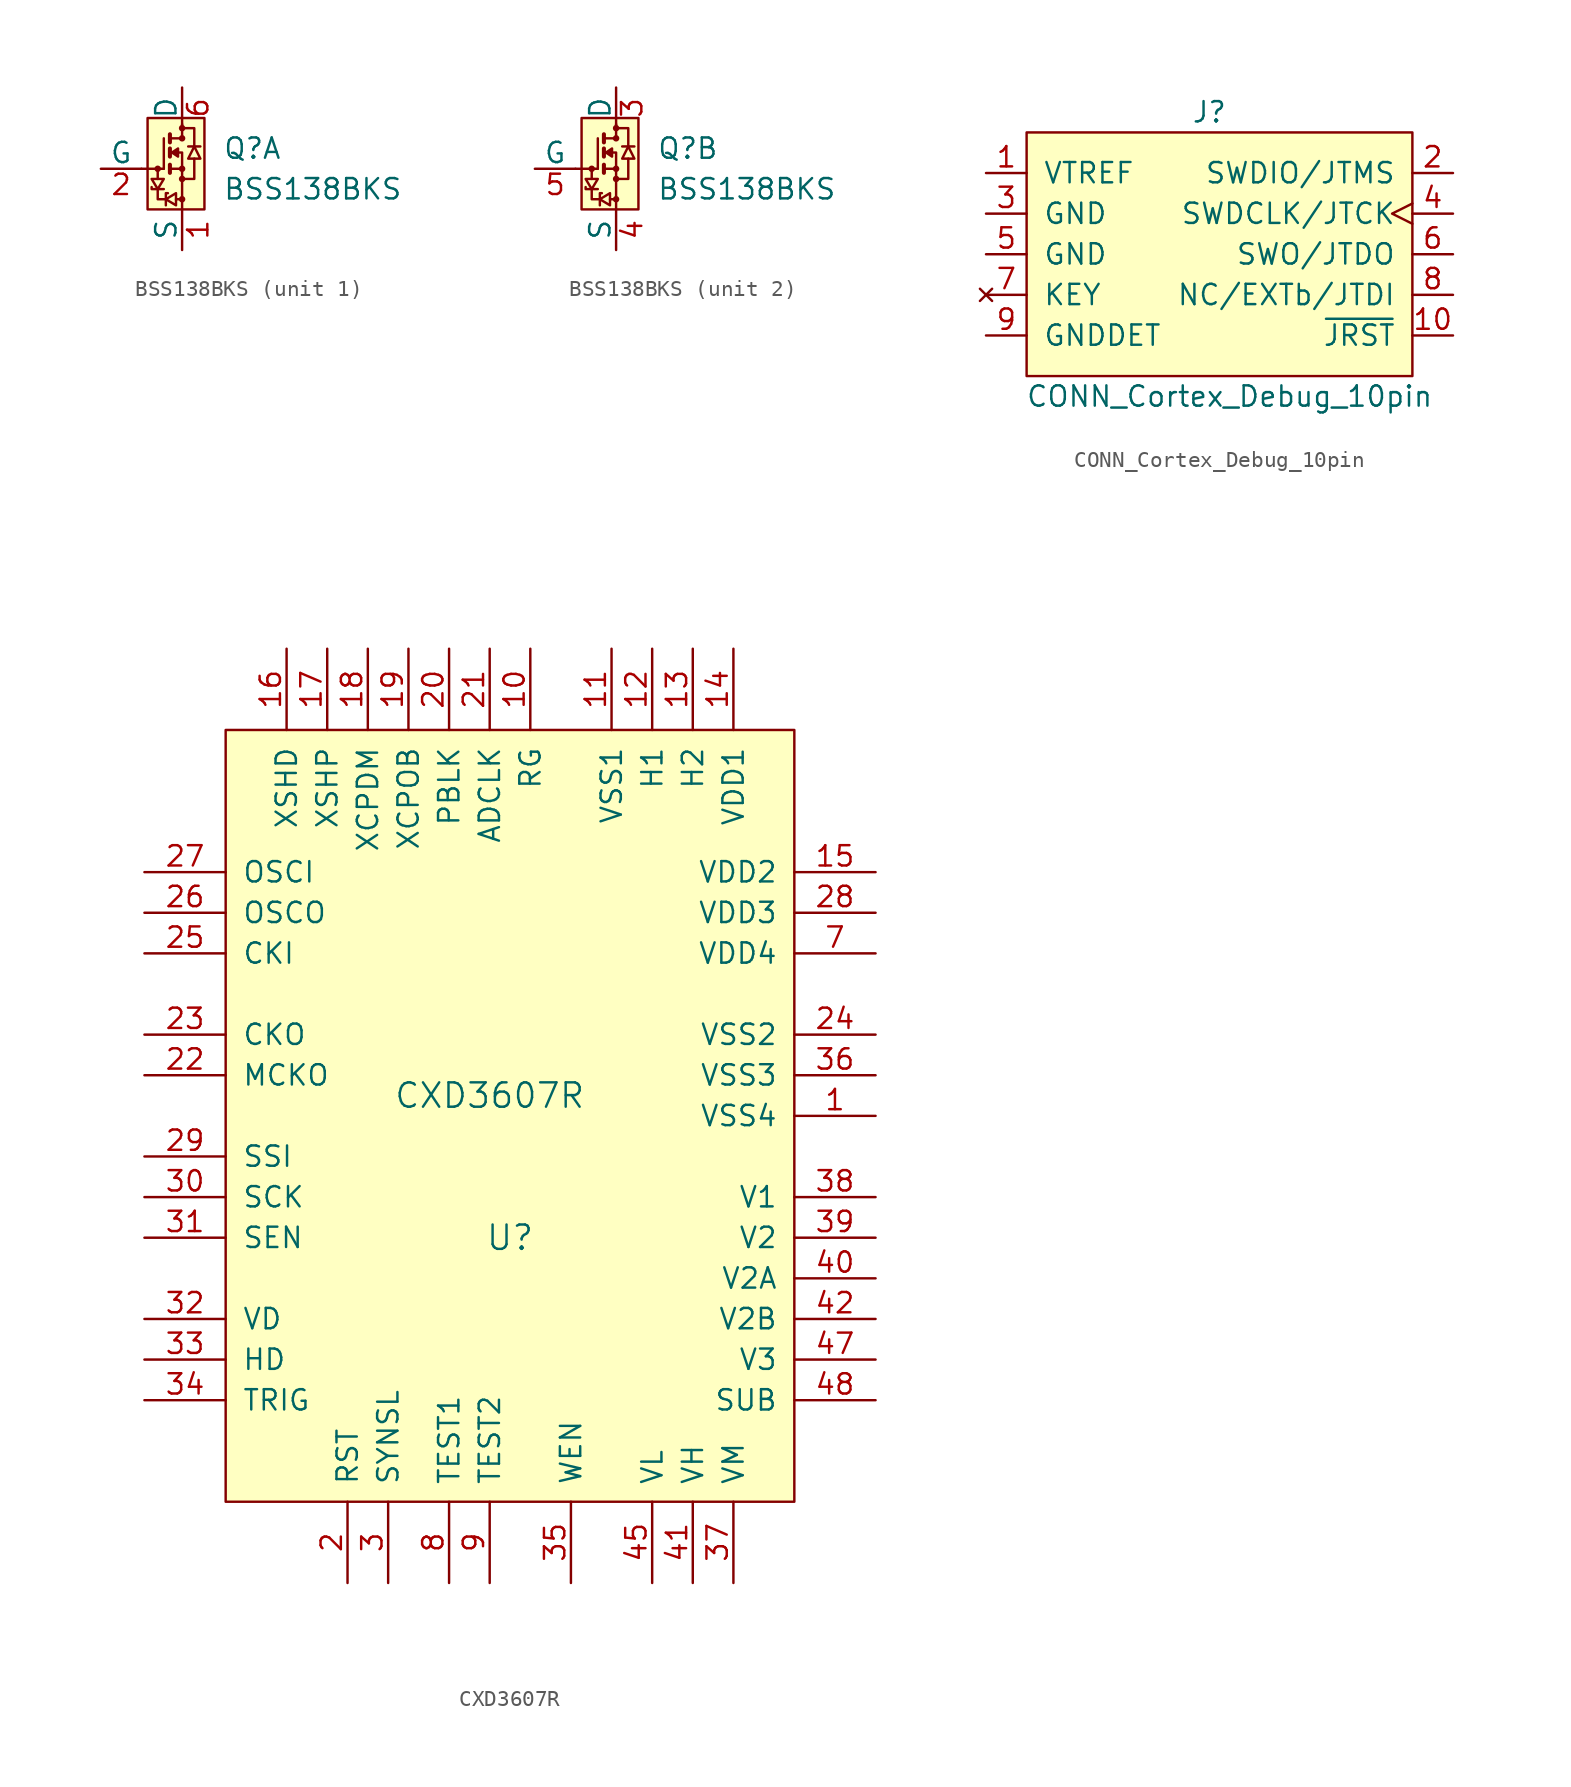
<source format=kicad_sym>
(kicad_symbol_lib
  (version 20231120)
  (generator "kicad_symbol_editor")
  (generator_version "8.0")
  (symbol "BSS138BKS"
    (pin_names
      (offset 0))
    (property "Reference" "Q"
      (at 3.81 1.27 0)
      (effects (font (size 1.27 1.27)) (justify left)))
    (property "Value" "BSS138BKS"
      (at 3.81 -1.27 0)
      (effects (font (size 1.27 1.27)) (justify left)))
    (symbol "BSS138BKS_0_1"
      (rectangle (start -0.889 3.175) (end 2.667 -2.54) (stroke (width 0) (type default)) (fill (type background)))
      (circle (center -0.254 0) (radius 0.127) (stroke (width 0) (type default)) (fill (type none)))
      (polyline (pts (xy -0.254 0) (xy -0.254 -0.635)) (stroke (width 0) (type default)) (fill (type none)))
      (polyline (pts (xy 0.127 0) (xy -1.27 0)) (stroke (width 0) (type default)) (fill (type none)))
      (polyline (pts (xy 0.127 0) (xy 0.127 1.905)) (stroke (width 0) (type default)) (fill (type none)))
      (polyline (pts (xy 0.508 2.159) (xy 0.508 1.651)) (stroke (width 0.254) (type default)) (fill (type none)))
      (polyline (pts (xy 1.27 -1.905) (xy 0.889 -1.905)) (stroke (width 0) (type default)) (fill (type none)))
      (polyline (pts (xy 0.127 -1.27) (xy -0.635 -1.27) (xy -0.635 -1.143)) (stroke (width 0) (type default)) (fill (type none)))
      (polyline (pts (xy 0.254 -1.905) (xy -0.254 -1.905) (xy -0.254 -1.27)) (stroke (width 0) (type default)) (fill (type none)))
      (polyline (pts (xy 0.508 0.254) (xy 0.508 0) (xy 0.508 -0.254)) (stroke (width 0.254) (type default)) (fill (type none)))
      (polyline (pts (xy 0.508 1.27) (xy 0.508 1.016) (xy 0.508 0.762)) (stroke (width 0.254) (type default)) (fill (type none)))
      (polyline (pts (xy 1.27 0) (xy 1.27 1.016) (xy 0.508 1.016)) (stroke (width 0) (type default)) (fill (type none)))
      (polyline (pts (xy 1.651 1.397) (xy 2.032 1.397) (xy 2.413 1.397)) (stroke (width 0) (type default)) (fill (type none)))
      (polyline (pts (xy 2.032 0.635) (xy 2.032 -0.635) (xy 1.27 -0.635)) (stroke (width 0) (type default)) (fill (type none)))
      (polyline (pts (xy 2.032 1.397) (xy 2.032 2.54) (xy 1.27 2.54)) (stroke (width 0) (type default)) (fill (type none)))
      (polyline (pts (xy -0.635 -0.635) (xy 0.127 -0.635) (xy -0.254 -1.27) (xy -0.635 -0.635)) (stroke (width 0) (type default)) (fill (type none)))
      (polyline (pts (xy 0.254 -2.286) (xy 0.254 -1.905) (xy 0.254 -1.524) (xy 0.381 -1.524)) (stroke (width 0) (type default)) (fill (type none)))
      (polyline (pts (xy 0.508 1.905) (xy 1.27 1.905) (xy 1.27 2.794) (xy 1.27 2.794)) (stroke (width 0) (type default)) (fill (type none)))
      (polyline (pts (xy 0.889 -1.524) (xy 0.889 -2.286) (xy 0.254 -1.905) (xy 0.889 -1.524)) (stroke (width 0) (type default)) (fill (type none)))
      (polyline (pts (xy 1.016 1.27) (xy 1.016 0.762) (xy 0.635 1.016) (xy 1.016 1.27)) (stroke (width 0) (type default)) (fill (type outline)))
      (polyline (pts (xy 0.508 0) (xy 1.27 0) (xy 1.27 -0.762) (xy 1.27 -2.54) (xy 1.27 -2.286)) (stroke (width 0) (type default)) (fill (type none)))
      (polyline (pts (xy 2.032 1.397) (xy 1.651 0.635) (xy 2.032 0.635) (xy 2.413 0.635) (xy 2.032 1.397)) (stroke (width 0) (type default)) (fill (type none)))
      (circle (center 1.27 -1.905) (radius 0.127) (stroke (width 0) (type default)) (fill (type none)))
      (circle (center 1.27 -0.635) (radius 0.127) (stroke (width 0) (type default)) (fill (type none)))
      (circle (center 1.27 0) (radius 0.127) (stroke (width 0) (type default)) (fill (type none)))
      (circle (center 1.27 1.905) (radius 0.127) (stroke (width 0) (type default)) (fill (type none)))
      (circle (center 1.27 2.54) (radius 0.127) (stroke (width 0) (type default)) (fill (type none))))
    (symbol "BSS138BKS_1_1"
      (pin passive line (at 1.27 -5.08 90) (length 2.54) (name "S" (effects (font (size 1.27 1.27)))) (number "1" (effects (font (size 1.27 1.27)))))
      (pin input line (at -3.81 0 0) (length 2.54) (name "G" (effects (font (size 1.27 1.27)))) (number "2" (effects (font (size 1.27 1.27)))))
      (pin passive line (at 1.27 5.08 270) (length 2.54) (name "D" (effects (font (size 1.27 1.27)))) (number "6" (effects (font (size 1.27 1.27))))))
    (symbol "BSS138BKS_2_1"
      (pin passive line (at 1.27 5.08 270) (length 2.54) (name "D" (effects (font (size 1.27 1.27)))) (number "3" (effects (font (size 1.27 1.27)))))
      (pin passive line (at 1.27 -5.08 90) (length 2.54) (name "S" (effects (font (size 1.27 1.27)))) (number "4" (effects (font (size 1.27 1.27)))))
      (pin input line (at -3.81 0 0) (length 2.54) (name "G" (effects (font (size 1.27 1.27)))) (number "5" (effects (font (size 1.27 1.27)))))))
  (symbol "CONN_Cortex_Debug_10pin"
    (pin_names
      (offset 1.016))
    (property "Reference" "J"
      (at 0 8.89 0)
      (effects (font (size 1.27 1.27))))
    (property "Value" "CONN_Cortex_Debug_10pin"
      (at 1.27 -8.89 0)
      (effects (font (size 1.27 1.27))))
    (symbol "CONN_Cortex_Debug_10pin_0_1"
      (rectangle (start -11.43 7.62) (end 12.7 -7.62) (stroke (width 0) (type default)) (fill (type background))))
    (symbol "CONN_Cortex_Debug_10pin_1_1"
      (pin passive line (at -13.97 5.08 0) (length 2.54) (name "VTREF" (effects (font (size 1.27 1.27)))) (number "1" (effects (font (size 1.27 1.27)))))
      (pin input line (at 15.24 -5.08 180) (length 2.54) (name "~{JRST}" (effects (font (size 1.27 1.27)))) (number "10" (effects (font (size 1.27 1.27)))))
      (pin bidirectional line (at 15.24 5.08 180) (length 2.54) (name "SWDIO/JTMS" (effects (font (size 1.27 1.27)))) (number "2" (effects (font (size 1.27 1.27)))))
      (pin power_in line (at -13.97 2.54 0) (length 2.54) (name "GND" (effects (font (size 1.27 1.27)))) (number "3" (effects (font (size 1.27 1.27)))))
      (pin input clock (at 15.24 2.54 180) (length 2.54) (name "SWDCLK/JTCK" (effects (font (size 1.27 1.27)))) (number "4" (effects (font (size 1.27 1.27)))))
      (pin power_in line (at -13.97 0 0) (length 2.54) (name "GND" (effects (font (size 1.27 1.27)))) (number "5" (effects (font (size 1.27 1.27)))))
      (pin output line (at 15.24 0 180) (length 2.54) (name "SWO/JTDO" (effects (font (size 1.27 1.27)))) (number "6" (effects (font (size 1.27 1.27)))))
      (pin no_connect line (at -13.97 -2.54 0) (length 2.54) (name "KEY" (effects (font (size 1.27 1.27)))) (number "7" (effects (font (size 1.27 1.27)))))
      (pin input line (at 15.24 -2.54 180) (length 2.54) (name "NC/EXTb/JTDI" (effects (font (size 1.27 1.27)))) (number "8" (effects (font (size 1.27 1.27)))))
      (pin passive line (at -13.97 -5.08 0) (length 2.54) (name "GNDDET" (effects (font (size 1.27 1.27)))) (number "9" (effects (font (size 1.27 1.27)))))))
  (symbol "CXD3607R"
    (pin_names
      (offset 1.016))
    (property "Reference" "U"
      (at 0 -8.89 0)
      (effects (font (size 1.524 1.524))))
    (property "Value" "CXD3607R"
      (at -1.27 0 0)
      (effects (font (size 1.524 1.524))))
    (property "Footprint" ""
      (at 2.54 -24.13 0)
      (effects (font (size 1.524 1.524))))
    (property "Datasheet" ""
      (at 2.54 -24.13 0)
      (effects (font (size 1.524 1.524))))
    (symbol "CXD3607R_0_1"
      (rectangle (start -17.78 22.86) (end 17.78 -25.4) (stroke (width 0) (type default)) (fill (type background))))
    (symbol "CXD3607R_1_1"
      (pin power_in line (at 22.86 -1.27 180) (length 5.08) (name "VSS4" (effects (font (size 1.27 1.27)))) (number "1" (effects (font (size 1.27 1.27)))))
      (pin output line (at 1.27 27.94 270) (length 5.08) (name "RG" (effects (font (size 1.27 1.27)))) (number "10" (effects (font (size 1.27 1.27)))))
      (pin power_in line (at 6.35 27.94 270) (length 5.08) (name "VSS1" (effects (font (size 1.27 1.27)))) (number "11" (effects (font (size 1.27 1.27)))))
      (pin output line (at 8.89 27.94 270) (length 5.08) (name "H1" (effects (font (size 1.27 1.27)))) (number "12" (effects (font (size 1.27 1.27)))))
      (pin output line (at 11.43 27.94 270) (length 5.08) (name "H2" (effects (font (size 1.27 1.27)))) (number "13" (effects (font (size 1.27 1.27)))))
      (pin power_in line (at 13.97 27.94 270) (length 5.08) (name "VDD1" (effects (font (size 1.27 1.27)))) (number "14" (effects (font (size 1.27 1.27)))))
      (pin power_in line (at 22.86 13.97 180) (length 5.08) (name "VDD2" (effects (font (size 1.27 1.27)))) (number "15" (effects (font (size 1.27 1.27)))))
      (pin output line (at -13.97 27.94 270) (length 5.08) (name "XSHD" (effects (font (size 1.27 1.27)))) (number "16" (effects (font (size 1.27 1.27)))))
      (pin output line (at -11.43 27.94 270) (length 5.08) (name "XSHP" (effects (font (size 1.27 1.27)))) (number "17" (effects (font (size 1.27 1.27)))))
      (pin output line (at -8.89 27.94 270) (length 5.08) (name "XCPDM" (effects (font (size 1.27 1.27)))) (number "18" (effects (font (size 1.27 1.27)))))
      (pin output line (at -6.35 27.94 270) (length 5.08) (name "XCPOB" (effects (font (size 1.27 1.27)))) (number "19" (effects (font (size 1.27 1.27)))))
      (pin input line (at -10.16 -30.48 90) (length 5.08) (name "RST" (effects (font (size 1.27 1.27)))) (number "2" (effects (font (size 1.27 1.27)))))
      (pin output line (at -3.81 27.94 270) (length 5.08) (name "PBLK" (effects (font (size 1.27 1.27)))) (number "20" (effects (font (size 1.27 1.27)))))
      (pin output line (at -1.27 27.94 270) (length 5.08) (name "ADCLK" (effects (font (size 1.27 1.27)))) (number "21" (effects (font (size 1.27 1.27)))))
      (pin input line (at -22.86 1.27 0) (length 5.08) (name "MCKO" (effects (font (size 1.27 1.27)))) (number "22" (effects (font (size 1.27 1.27)))))
      (pin input line (at -22.86 3.81 0) (length 5.08) (name "CKO" (effects (font (size 1.27 1.27)))) (number "23" (effects (font (size 1.27 1.27)))))
      (pin power_in line (at 22.86 3.81 180) (length 5.08) (name "VSS2" (effects (font (size 1.27 1.27)))) (number "24" (effects (font (size 1.27 1.27)))))
      (pin input line (at -22.86 8.89 0) (length 5.08) (name "CKI" (effects (font (size 1.27 1.27)))) (number "25" (effects (font (size 1.27 1.27)))))
      (pin output line (at -22.86 11.43 0) (length 5.08) (name "OSCO" (effects (font (size 1.27 1.27)))) (number "26" (effects (font (size 1.27 1.27)))))
      (pin input line (at -22.86 13.97 0) (length 5.08) (name "OSCI" (effects (font (size 1.27 1.27)))) (number "27" (effects (font (size 1.27 1.27)))))
      (pin power_in line (at 22.86 11.43 180) (length 5.08) (name "VDD3" (effects (font (size 1.27 1.27)))) (number "28" (effects (font (size 1.27 1.27)))))
      (pin input line (at -22.86 -3.81 0) (length 5.08) (name "SSI" (effects (font (size 1.27 1.27)))) (number "29" (effects (font (size 1.27 1.27)))))
      (pin input line (at -7.62 -30.48 90) (length 5.08) (name "SYNSL" (effects (font (size 1.27 1.27)))) (number "3" (effects (font (size 1.27 1.27)))))
      (pin input line (at -22.86 -6.35 0) (length 5.08) (name "SCK" (effects (font (size 1.27 1.27)))) (number "30" (effects (font (size 1.27 1.27)))))
      (pin input line (at -22.86 -8.89 0) (length 5.08) (name "SEN" (effects (font (size 1.27 1.27)))) (number "31" (effects (font (size 1.27 1.27)))))
      (pin input line (at -22.86 -13.97 0) (length 5.08) (name "VD" (effects (font (size 1.27 1.27)))) (number "32" (effects (font (size 1.27 1.27)))))
      (pin input line (at -22.86 -16.51 0) (length 5.08) (name "HD" (effects (font (size 1.27 1.27)))) (number "33" (effects (font (size 1.27 1.27)))))
      (pin input line (at -22.86 -19.05 0) (length 5.08) (name "TRIG" (effects (font (size 1.27 1.27)))) (number "34" (effects (font (size 1.27 1.27)))))
      (pin output line (at 3.81 -30.48 90) (length 5.08) (name "WEN" (effects (font (size 1.27 1.27)))) (number "35" (effects (font (size 1.27 1.27)))))
      (pin power_in line (at 22.86 1.27 180) (length 5.08) (name "VSS3" (effects (font (size 1.27 1.27)))) (number "36" (effects (font (size 1.27 1.27)))))
      (pin power_in line (at 13.97 -30.48 90) (length 5.08) (name "VM" (effects (font (size 1.27 1.27)))) (number "37" (effects (font (size 1.27 1.27)))))
      (pin output line (at 22.86 -6.35 180) (length 5.08) (name "V1" (effects (font (size 1.27 1.27)))) (number "38" (effects (font (size 1.27 1.27)))))
      (pin output line (at 22.86 -8.89 180) (length 5.08) (name "V2" (effects (font (size 1.27 1.27)))) (number "39" (effects (font (size 1.27 1.27)))))
      (pin no_connect line (at -16.51 -30.48 90) (length 5.08) hide (name "NC" (effects (font (size 1.27 1.27)))) (number "4" (effects (font (size 1.27 1.27)))))
      (pin output line (at 22.86 -11.43 180) (length 5.08) (name "V2A" (effects (font (size 1.27 1.27)))) (number "40" (effects (font (size 1.27 1.27)))))
      (pin power_in line (at 11.43 -30.48 90) (length 5.08) (name "VH" (effects (font (size 1.27 1.27)))) (number "41" (effects (font (size 1.27 1.27)))))
      (pin output line (at 22.86 -13.97 180) (length 5.08) (name "V2B" (effects (font (size 1.27 1.27)))) (number "42" (effects (font (size 1.27 1.27)))))
      (pin no_connect line (at 22.86 20.32 180) (length 5.08) hide (name "NC" (effects (font (size 1.27 1.27)))) (number "43" (effects (font (size 1.27 1.27)))))
      (pin no_connect line (at 22.86 17.78 180) (length 5.08) hide (name "NC" (effects (font (size 1.27 1.27)))) (number "44" (effects (font (size 1.27 1.27)))))
      (pin power_in line (at 8.89 -30.48 90) (length 5.08) (name "VL" (effects (font (size 1.27 1.27)))) (number "45" (effects (font (size 1.27 1.27)))))
      (pin no_connect line (at 22.86 -24.13 180) (length 5.08) hide (name "NC" (effects (font (size 1.27 1.27)))) (number "46" (effects (font (size 1.27 1.27)))))
      (pin output line (at 22.86 -16.51 180) (length 5.08) (name "V3" (effects (font (size 1.27 1.27)))) (number "47" (effects (font (size 1.27 1.27)))))
      (pin output line (at 22.86 -19.05 180) (length 5.08) (name "SUB" (effects (font (size 1.27 1.27)))) (number "48" (effects (font (size 1.27 1.27)))))
      (pin no_connect line (at -13.97 -30.48 90) (length 5.08) hide (name "NC" (effects (font (size 1.27 1.27)))) (number "5" (effects (font (size 1.27 1.27)))))
      (pin no_connect line (at 22.86 -21.59 180) (length 5.08) hide (name "NC" (effects (font (size 1.27 1.27)))) (number "6" (effects (font (size 1.27 1.27)))))
      (pin power_in line (at 22.86 8.89 180) (length 5.08) (name "VDD4" (effects (font (size 1.27 1.27)))) (number "7" (effects (font (size 1.27 1.27)))))
      (pin input line (at -3.81 -30.48 90) (length 5.08) (name "TEST1" (effects (font (size 1.27 1.27)))) (number "8" (effects (font (size 1.27 1.27)))))
      (pin input line (at -1.27 -30.48 90) (length 5.08) (name "TEST2" (effects (font (size 1.27 1.27)))) (number "9" (effects (font (size 1.27 1.27))))))))
</source>
